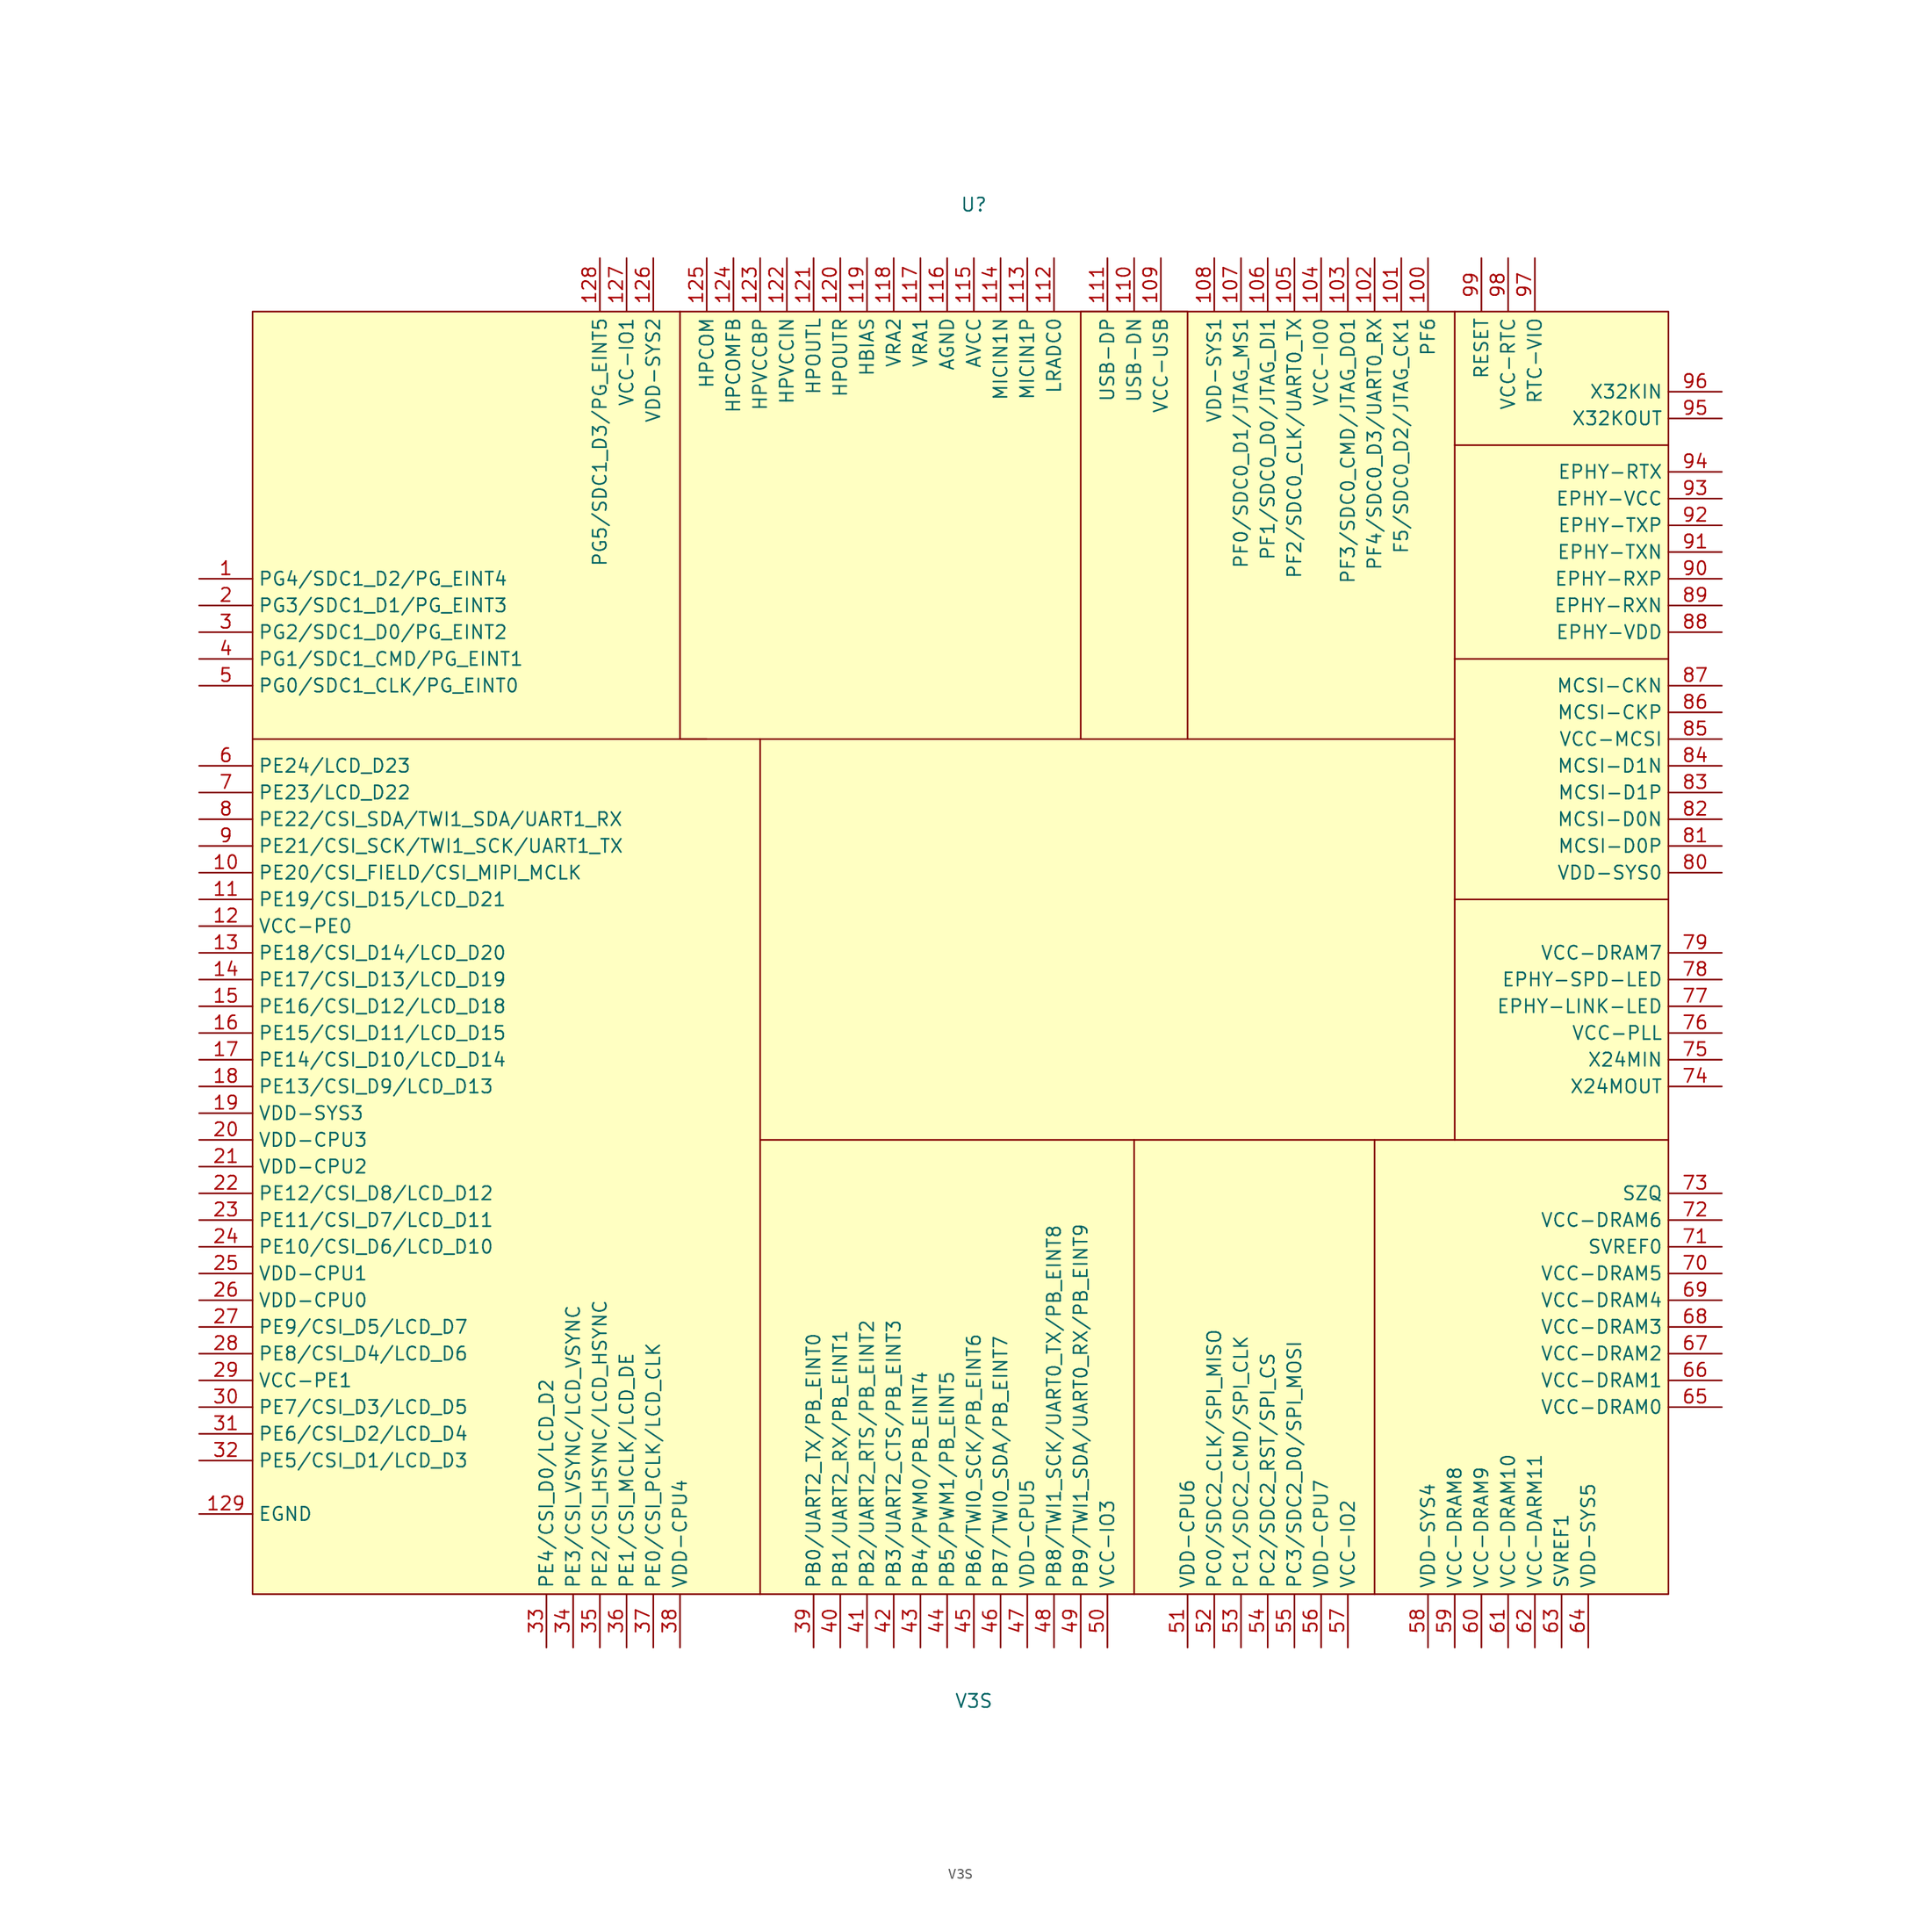
<source format=kicad_sym>
(kicad_symbol_lib
  (version 20231120)
  (generator "kicad_symbol_editor")
  (generator_version "8.0")
  (symbol "V3S"
    (property "Reference" "U"
      (at 0 71.12 0)
      (effects (font (size 1.27 1.27))))
    (property "Value" "V3S"
      (at 0 -71.12 0)
      (effects (font (size 1.27 1.27))))
    (symbol "V3S_0_1"
      (rectangle (start -68.58 60.96) (end 66.04 -60.96) (stroke (width 0) (type default)) (fill (type background)))
      (polyline (pts (xy 20.32 20.32) (xy 45.72 20.32)) (stroke (width 0) (type default)) (fill (type none)))
      (polyline (pts (xy -27.94 60.96) (xy -27.94 20.32) (xy -25.4 20.32)) (stroke (width 0) (type default)) (fill (type none)))
      (polyline (pts (xy -20.32 -17.78) (xy -20.32 20.32) (xy -68.58 20.32)) (stroke (width 0) (type default)) (fill (type none)))
      (polyline (pts (xy 15.24 -17.78) (xy -20.32 -17.78) (xy -20.32 -60.96)) (stroke (width 0) (type default)) (fill (type none)))
      (polyline (pts (xy 38.1 -17.78) (xy 15.24 -17.78) (xy 15.24 -60.96)) (stroke (width 0) (type default)) (fill (type none)))
      (polyline (pts (xy 45.72 -17.78) (xy 38.1 -17.78) (xy 38.1 -60.96)) (stroke (width 0) (type default)) (fill (type none)))
      (polyline (pts (xy 45.72 5.08) (xy 45.72 -17.78) (xy 66.04 -17.78)) (stroke (width 0) (type default)) (fill (type none)))
      (polyline (pts (xy 45.72 27.94) (xy 45.72 5.08) (xy 66.04 5.08)) (stroke (width 0) (type default)) (fill (type none)))
      (polyline (pts (xy 45.72 48.26) (xy 45.72 27.94) (xy 66.04 27.94)) (stroke (width 0) (type default)) (fill (type none)))
      (polyline (pts (xy 45.72 60.96) (xy 45.72 48.26) (xy 66.04 48.26)) (stroke (width 0) (type default)) (fill (type none)))
      (polyline (pts (xy -20.32 20.32) (xy 10.16 20.32) (xy 10.16 60.96) (xy 20.32 60.96) (xy 20.32 20.32) (xy 10.16 20.32)) (stroke (width 0) (type default)) (fill (type none)))
      (pin unspecified line (at -73.66 35.56 0) (length 5.08) (name "PG4/SDC1_D2/PG_EINT4" (effects (font (size 1.27 1.27)))) (number "1" (effects (font (size 1.27 1.27)))))
      (pin unspecified line (at -73.66 7.62 0) (length 5.08) (name "PE20/CSI_FIELD/CSI_MIPI_MCLK" (effects (font (size 1.27 1.27)))) (number "10" (effects (font (size 1.27 1.27)))))
      (pin unspecified line (at 43.18 66.04 270) (length 5.08) (name "PF6" (effects (font (size 1.27 1.27)))) (number "100" (effects (font (size 1.27 1.27)))))
      (pin unspecified line (at 40.64 66.04 270) (length 5.08) (name "F5/SDC0_D2/JTAG_CK1" (effects (font (size 1.27 1.27)))) (number "101" (effects (font (size 1.27 1.27)))))
      (pin unspecified line (at 38.1 66.04 270) (length 5.08) (name "PF4/SDC0_D3/UART0_RX" (effects (font (size 1.27 1.27)))) (number "102" (effects (font (size 1.27 1.27)))))
      (pin unspecified line (at 35.56 66.04 270) (length 5.08) (name "PF3/SDC0_CMD/JTAG_DO1" (effects (font (size 1.27 1.27)))) (number "103" (effects (font (size 1.27 1.27)))))
      (pin unspecified line (at 33.02 66.04 270) (length 5.08) (name "VCC-IO0" (effects (font (size 1.27 1.27)))) (number "104" (effects (font (size 1.27 1.27)))))
      (pin unspecified line (at 30.48 66.04 270) (length 5.08) (name "PF2/SDC0_CLK/UART0_TX" (effects (font (size 1.27 1.27)))) (number "105" (effects (font (size 1.27 1.27)))))
      (pin unspecified line (at 27.94 66.04 270) (length 5.08) (name "PF1/SDC0_D0/JTAG_DI1" (effects (font (size 1.27 1.27)))) (number "106" (effects (font (size 1.27 1.27)))))
      (pin unspecified line (at 25.4 66.04 270) (length 5.08) (name "PF0/SDC0_D1/JTAG_MS1" (effects (font (size 1.27 1.27)))) (number "107" (effects (font (size 1.27 1.27)))))
      (pin unspecified line (at 22.86 66.04 270) (length 5.08) (name "VDD-SYS1" (effects (font (size 1.27 1.27)))) (number "108" (effects (font (size 1.27 1.27)))))
      (pin unspecified line (at 17.78 66.04 270) (length 5.08) (name "VCC-USB" (effects (font (size 1.27 1.27)))) (number "109" (effects (font (size 1.27 1.27)))))
      (pin unspecified line (at -73.66 5.08 0) (length 5.08) (name "PE19/CSI_D15/LCD_D21" (effects (font (size 1.27 1.27)))) (number "11" (effects (font (size 1.27 1.27)))))
      (pin unspecified line (at 15.24 66.04 270) (length 5.08) (name "USB-DN" (effects (font (size 1.27 1.27)))) (number "110" (effects (font (size 1.27 1.27)))))
      (pin unspecified line (at 12.7 66.04 270) (length 5.08) (name "USB-DP" (effects (font (size 1.27 1.27)))) (number "111" (effects (font (size 1.27 1.27)))))
      (pin unspecified line (at 7.62 66.04 270) (length 5.08) (name "LRADC0" (effects (font (size 1.27 1.27)))) (number "112" (effects (font (size 1.27 1.27)))))
      (pin unspecified line (at 5.08 66.04 270) (length 5.08) (name "MICIN1P" (effects (font (size 1.27 1.27)))) (number "113" (effects (font (size 1.27 1.27)))))
      (pin unspecified line (at 2.54 66.04 270) (length 5.08) (name "MICIN1N" (effects (font (size 1.27 1.27)))) (number "114" (effects (font (size 1.27 1.27)))))
      (pin unspecified line (at 0 66.04 270) (length 5.08) (name "AVCC" (effects (font (size 1.27 1.27)))) (number "115" (effects (font (size 1.27 1.27)))))
      (pin unspecified line (at -2.54 66.04 270) (length 5.08) (name "AGND" (effects (font (size 1.27 1.27)))) (number "116" (effects (font (size 1.27 1.27)))))
      (pin unspecified line (at -5.08 66.04 270) (length 5.08) (name "VRA1" (effects (font (size 1.27 1.27)))) (number "117" (effects (font (size 1.27 1.27)))))
      (pin unspecified line (at -7.62 66.04 270) (length 5.08) (name "VRA2" (effects (font (size 1.27 1.27)))) (number "118" (effects (font (size 1.27 1.27)))))
      (pin unspecified line (at -10.16 66.04 270) (length 5.08) (name "HBIAS" (effects (font (size 1.27 1.27)))) (number "119" (effects (font (size 1.27 1.27)))))
      (pin unspecified line (at -73.66 2.54 0) (length 5.08) (name "VCC-PE0" (effects (font (size 1.27 1.27)))) (number "12" (effects (font (size 1.27 1.27)))))
      (pin unspecified line (at -12.7 66.04 270) (length 5.08) (name "HPOUTR" (effects (font (size 1.27 1.27)))) (number "120" (effects (font (size 1.27 1.27)))))
      (pin unspecified line (at -15.24 66.04 270) (length 5.08) (name "HPOUTL" (effects (font (size 1.27 1.27)))) (number "121" (effects (font (size 1.27 1.27)))))
      (pin unspecified line (at -17.78 66.04 270) (length 5.08) (name "HPVCCIN" (effects (font (size 1.27 1.27)))) (number "122" (effects (font (size 1.27 1.27)))))
      (pin unspecified line (at -20.32 66.04 270) (length 5.08) (name "HPVCCBP" (effects (font (size 1.27 1.27)))) (number "123" (effects (font (size 1.27 1.27)))))
      (pin unspecified line (at -22.86 66.04 270) (length 5.08) (name "HPCOMFB" (effects (font (size 1.27 1.27)))) (number "124" (effects (font (size 1.27 1.27)))))
      (pin unspecified line (at -25.4 66.04 270) (length 5.08) (name "HPCOM" (effects (font (size 1.27 1.27)))) (number "125" (effects (font (size 1.27 1.27)))))
      (pin unspecified line (at -30.48 66.04 270) (length 5.08) (name "VDD-SYS2" (effects (font (size 1.27 1.27)))) (number "126" (effects (font (size 1.27 1.27)))))
      (pin unspecified line (at -33.02 66.04 270) (length 5.08) (name "VCC-IO1" (effects (font (size 1.27 1.27)))) (number "127" (effects (font (size 1.27 1.27)))))
      (pin unspecified line (at -35.56 66.04 270) (length 5.08) (name "PG5/SDC1_D3/PG_EINT5" (effects (font (size 1.27 1.27)))) (number "128" (effects (font (size 1.27 1.27)))))
      (pin unspecified line (at -73.66 -53.34 0) (length 5.08) (name "EGND" (effects (font (size 1.27 1.27)))) (number "129" (effects (font (size 1.27 1.27)))))
      (pin unspecified line (at -73.66 0 0) (length 5.08) (name "PE18/CSI_D14/LCD_D20" (effects (font (size 1.27 1.27)))) (number "13" (effects (font (size 1.27 1.27)))))
      (pin unspecified line (at -73.66 -2.54 0) (length 5.08) (name "PE17/CSI_D13/LCD_D19" (effects (font (size 1.27 1.27)))) (number "14" (effects (font (size 1.27 1.27)))))
      (pin unspecified line (at -73.66 -5.08 0) (length 5.08) (name "PE16/CSI_D12/LCD_D18" (effects (font (size 1.27 1.27)))) (number "15" (effects (font (size 1.27 1.27)))))
      (pin unspecified line (at -73.66 -7.62 0) (length 5.08) (name "PE15/CSI_D11/LCD_D15" (effects (font (size 1.27 1.27)))) (number "16" (effects (font (size 1.27 1.27)))))
      (pin unspecified line (at -73.66 -10.16 0) (length 5.08) (name "PE14/CSI_D10/LCD_D14" (effects (font (size 1.27 1.27)))) (number "17" (effects (font (size 1.27 1.27)))))
      (pin unspecified line (at -73.66 -12.7 0) (length 5.08) (name "PE13/CSI_D9/LCD_D13" (effects (font (size 1.27 1.27)))) (number "18" (effects (font (size 1.27 1.27)))))
      (pin unspecified line (at -73.66 -15.24 0) (length 5.08) (name "VDD-SYS3" (effects (font (size 1.27 1.27)))) (number "19" (effects (font (size 1.27 1.27)))))
      (pin unspecified line (at -73.66 33.02 0) (length 5.08) (name "PG3/SDC1_D1/PG_EINT3" (effects (font (size 1.27 1.27)))) (number "2" (effects (font (size 1.27 1.27)))))
      (pin unspecified line (at -73.66 -17.78 0) (length 5.08) (name "VDD-CPU3" (effects (font (size 1.27 1.27)))) (number "20" (effects (font (size 1.27 1.27)))))
      (pin unspecified line (at -73.66 -20.32 0) (length 5.08) (name "VDD-CPU2" (effects (font (size 1.27 1.27)))) (number "21" (effects (font (size 1.27 1.27)))))
      (pin unspecified line (at -73.66 -22.86 0) (length 5.08) (name "PE12/CSI_D8/LCD_D12" (effects (font (size 1.27 1.27)))) (number "22" (effects (font (size 1.27 1.27)))))
      (pin unspecified line (at -73.66 -25.4 0) (length 5.08) (name "PE11/CSI_D7/LCD_D11" (effects (font (size 1.27 1.27)))) (number "23" (effects (font (size 1.27 1.27)))))
      (pin unspecified line (at -73.66 -27.94 0) (length 5.08) (name "PE10/CSI_D6/LCD_D10" (effects (font (size 1.27 1.27)))) (number "24" (effects (font (size 1.27 1.27)))))
      (pin unspecified line (at -73.66 -30.48 0) (length 5.08) (name "VDD-CPU1" (effects (font (size 1.27 1.27)))) (number "25" (effects (font (size 1.27 1.27)))))
      (pin unspecified line (at -73.66 -33.02 0) (length 5.08) (name "VDD-CPU0" (effects (font (size 1.27 1.27)))) (number "26" (effects (font (size 1.27 1.27)))))
      (pin unspecified line (at -73.66 -35.56 0) (length 5.08) (name "PE9/CSI_D5/LCD_D7" (effects (font (size 1.27 1.27)))) (number "27" (effects (font (size 1.27 1.27)))))
      (pin unspecified line (at -73.66 -38.1 0) (length 5.08) (name "PE8/CSI_D4/LCD_D6" (effects (font (size 1.27 1.27)))) (number "28" (effects (font (size 1.27 1.27)))))
      (pin unspecified line (at -73.66 -40.64 0) (length 5.08) (name "VCC-PE1" (effects (font (size 1.27 1.27)))) (number "29" (effects (font (size 1.27 1.27)))))
      (pin unspecified line (at -73.66 30.48 0) (length 5.08) (name "PG2/SDC1_D0/PG_EINT2" (effects (font (size 1.27 1.27)))) (number "3" (effects (font (size 1.27 1.27)))))
      (pin unspecified line (at -73.66 -43.18 0) (length 5.08) (name "PE7/CSI_D3/LCD_D5" (effects (font (size 1.27 1.27)))) (number "30" (effects (font (size 1.27 1.27)))))
      (pin unspecified line (at -73.66 -45.72 0) (length 5.08) (name "PE6/CSI_D2/LCD_D4" (effects (font (size 1.27 1.27)))) (number "31" (effects (font (size 1.27 1.27)))))
      (pin unspecified line (at -73.66 -48.26 0) (length 5.08) (name "PE5/CSI_D1/LCD_D3" (effects (font (size 1.27 1.27)))) (number "32" (effects (font (size 1.27 1.27)))))
      (pin unspecified line (at -40.64 -66.04 90) (length 5.08) (name "PE4/CSI_D0/LCD_D2" (effects (font (size 1.27 1.27)))) (number "33" (effects (font (size 1.27 1.27)))))
      (pin unspecified line (at -38.1 -66.04 90) (length 5.08) (name "PE3/CSI_VSYNC/LCD_VSYNC" (effects (font (size 1.27 1.27)))) (number "34" (effects (font (size 1.27 1.27)))))
      (pin unspecified line (at -35.56 -66.04 90) (length 5.08) (name "PE2/CSI_HSYNC/LCD_HSYNC" (effects (font (size 1.27 1.27)))) (number "35" (effects (font (size 1.27 1.27)))))
      (pin unspecified line (at -33.02 -66.04 90) (length 5.08) (name "PE1/CSI_MCLK/LCD_DE" (effects (font (size 1.27 1.27)))) (number "36" (effects (font (size 1.27 1.27)))))
      (pin unspecified line (at -30.48 -66.04 90) (length 5.08) (name "PE0/CSI_PCLK/LCD_CLK" (effects (font (size 1.27 1.27)))) (number "37" (effects (font (size 1.27 1.27)))))
      (pin unspecified line (at -27.94 -66.04 90) (length 5.08) (name "VDD-CPU4" (effects (font (size 1.27 1.27)))) (number "38" (effects (font (size 1.27 1.27)))))
      (pin unspecified line (at -15.24 -66.04 90) (length 5.08) (name "PB0/UART2_TX/PB_EINT0" (effects (font (size 1.27 1.27)))) (number "39" (effects (font (size 1.27 1.27)))))
      (pin unspecified line (at -73.66 27.94 0) (length 5.08) (name "PG1/SDC1_CMD/PG_EINT1" (effects (font (size 1.27 1.27)))) (number "4" (effects (font (size 1.27 1.27)))))
      (pin unspecified line (at -12.7 -66.04 90) (length 5.08) (name "PB1/UART2_RX/PB_EINT1" (effects (font (size 1.27 1.27)))) (number "40" (effects (font (size 1.27 1.27)))))
      (pin unspecified line (at -10.16 -66.04 90) (length 5.08) (name "PB2/UART2_RTS/PB_EINT2" (effects (font (size 1.27 1.27)))) (number "41" (effects (font (size 1.27 1.27)))))
      (pin unspecified line (at -7.62 -66.04 90) (length 5.08) (name "PB3/UART2_CTS/PB_EINT3" (effects (font (size 1.27 1.27)))) (number "42" (effects (font (size 1.27 1.27)))))
      (pin unspecified line (at -5.08 -66.04 90) (length 5.08) (name "PB4/PWM0/PB_EINT4" (effects (font (size 1.27 1.27)))) (number "43" (effects (font (size 1.27 1.27)))))
      (pin unspecified line (at -2.54 -66.04 90) (length 5.08) (name "PB5/PWM1/PB_EINT5" (effects (font (size 1.27 1.27)))) (number "44" (effects (font (size 1.27 1.27)))))
      (pin unspecified line (at 0 -66.04 90) (length 5.08) (name "PB6/TWI0_SCK/PB_EINT6" (effects (font (size 1.27 1.27)))) (number "45" (effects (font (size 1.27 1.27)))))
      (pin unspecified line (at 2.54 -66.04 90) (length 5.08) (name "PB7/TWI0_SDA/PB_EINT7" (effects (font (size 1.27 1.27)))) (number "46" (effects (font (size 1.27 1.27)))))
      (pin unspecified line (at 5.08 -66.04 90) (length 5.08) (name "VDD-CPU5" (effects (font (size 1.27 1.27)))) (number "47" (effects (font (size 1.27 1.27)))))
      (pin unspecified line (at 7.62 -66.04 90) (length 5.08) (name "PB8/TWI1_SCK/UART0_TX/PB_EINT8" (effects (font (size 1.27 1.27)))) (number "48" (effects (font (size 1.27 1.27)))))
      (pin unspecified line (at 10.16 -66.04 90) (length 5.08) (name "PB9/TWI1_SDA/UART0_RX/PB_EINT9" (effects (font (size 1.27 1.27)))) (number "49" (effects (font (size 1.27 1.27)))))
      (pin unspecified line (at -73.66 25.4 0) (length 5.08) (name "PG0/SDC1_CLK/PG_EINT0" (effects (font (size 1.27 1.27)))) (number "5" (effects (font (size 1.27 1.27)))))
      (pin unspecified line (at 12.7 -66.04 90) (length 5.08) (name "VCC-IO3" (effects (font (size 1.27 1.27)))) (number "50" (effects (font (size 1.27 1.27)))))
      (pin unspecified line (at 20.32 -66.04 90) (length 5.08) (name "VDD-CPU6" (effects (font (size 1.27 1.27)))) (number "51" (effects (font (size 1.27 1.27)))))
      (pin unspecified line (at 22.86 -66.04 90) (length 5.08) (name "PC0/SDC2_CLK/SPI_MISO" (effects (font (size 1.27 1.27)))) (number "52" (effects (font (size 1.27 1.27)))))
      (pin unspecified line (at 25.4 -66.04 90) (length 5.08) (name "PC1/SDC2_CMD/SPI_CLK" (effects (font (size 1.27 1.27)))) (number "53" (effects (font (size 1.27 1.27)))))
      (pin unspecified line (at 27.94 -66.04 90) (length 5.08) (name "PC2/SDC2_RST/SPI_CS" (effects (font (size 1.27 1.27)))) (number "54" (effects (font (size 1.27 1.27)))))
      (pin unspecified line (at 30.48 -66.04 90) (length 5.08) (name "PC3/SDC2_D0/SPI_MOSI" (effects (font (size 1.27 1.27)))) (number "55" (effects (font (size 1.27 1.27)))))
      (pin unspecified line (at 33.02 -66.04 90) (length 5.08) (name "VDD-CPU7" (effects (font (size 1.27 1.27)))) (number "56" (effects (font (size 1.27 1.27)))))
      (pin unspecified line (at 35.56 -66.04 90) (length 5.08) (name "VCC-IO2" (effects (font (size 1.27 1.27)))) (number "57" (effects (font (size 1.27 1.27)))))
      (pin unspecified line (at 43.18 -66.04 90) (length 5.08) (name "VDD-SYS4" (effects (font (size 1.27 1.27)))) (number "58" (effects (font (size 1.27 1.27)))))
      (pin unspecified line (at 45.72 -66.04 90) (length 5.08) (name "VCC-DRAM8" (effects (font (size 1.27 1.27)))) (number "59" (effects (font (size 1.27 1.27)))))
      (pin unspecified line (at -73.66 17.78 0) (length 5.08) (name "PE24/LCD_D23" (effects (font (size 1.27 1.27)))) (number "6" (effects (font (size 1.27 1.27)))))
      (pin unspecified line (at 48.26 -66.04 90) (length 5.08) (name "VCC-DRAM9" (effects (font (size 1.27 1.27)))) (number "60" (effects (font (size 1.27 1.27)))))
      (pin unspecified line (at 50.8 -66.04 90) (length 5.08) (name "VCC-DRAM10" (effects (font (size 1.27 1.27)))) (number "61" (effects (font (size 1.27 1.27)))))
      (pin unspecified line (at 53.34 -66.04 90) (length 5.08) (name "VCC-DARM11" (effects (font (size 1.27 1.27)))) (number "62" (effects (font (size 1.27 1.27)))))
      (pin unspecified line (at 55.88 -66.04 90) (length 5.08) (name "SVREF1" (effects (font (size 1.27 1.27)))) (number "63" (effects (font (size 1.27 1.27)))))
      (pin unspecified line (at 58.42 -66.04 90) (length 5.08) (name "VDD-SYS5" (effects (font (size 1.27 1.27)))) (number "64" (effects (font (size 1.27 1.27)))))
      (pin unspecified line (at 71.12 -43.18 180) (length 5.08) (name "VCC-DRAM0" (effects (font (size 1.27 1.27)))) (number "65" (effects (font (size 1.27 1.27)))))
      (pin unspecified line (at 71.12 -40.64 180) (length 5.08) (name "VCC-DRAM1" (effects (font (size 1.27 1.27)))) (number "66" (effects (font (size 1.27 1.27)))))
      (pin unspecified line (at 71.12 -38.1 180) (length 5.08) (name "VCC-DRAM2" (effects (font (size 1.27 1.27)))) (number "67" (effects (font (size 1.27 1.27)))))
      (pin unspecified line (at 71.12 -35.56 180) (length 5.08) (name "VCC-DRAM3" (effects (font (size 1.27 1.27)))) (number "68" (effects (font (size 1.27 1.27)))))
      (pin unspecified line (at 71.12 -33.02 180) (length 5.08) (name "VCC-DRAM4" (effects (font (size 1.27 1.27)))) (number "69" (effects (font (size 1.27 1.27)))))
      (pin unspecified line (at -73.66 15.24 0) (length 5.08) (name "PE23/LCD_D22" (effects (font (size 1.27 1.27)))) (number "7" (effects (font (size 1.27 1.27)))))
      (pin unspecified line (at 71.12 -30.48 180) (length 5.08) (name "VCC-DRAM5" (effects (font (size 1.27 1.27)))) (number "70" (effects (font (size 1.27 1.27)))))
      (pin unspecified line (at 71.12 -27.94 180) (length 5.08) (name "SVREF0" (effects (font (size 1.27 1.27)))) (number "71" (effects (font (size 1.27 1.27)))))
      (pin unspecified line (at 71.12 -25.4 180) (length 5.08) (name "VCC-DRAM6" (effects (font (size 1.27 1.27)))) (number "72" (effects (font (size 1.27 1.27)))))
      (pin unspecified line (at 71.12 -22.86 180) (length 5.08) (name "SZQ" (effects (font (size 1.27 1.27)))) (number "73" (effects (font (size 1.27 1.27)))))
      (pin unspecified line (at 71.12 -12.7 180) (length 5.08) (name "X24MOUT" (effects (font (size 1.27 1.27)))) (number "74" (effects (font (size 1.27 1.27)))))
      (pin unspecified line (at 71.12 -10.16 180) (length 5.08) (name "X24MIN" (effects (font (size 1.27 1.27)))) (number "75" (effects (font (size 1.27 1.27)))))
      (pin unspecified line (at 71.12 -7.62 180) (length 5.08) (name "VCC-PLL" (effects (font (size 1.27 1.27)))) (number "76" (effects (font (size 1.27 1.27)))))
      (pin unspecified line (at 71.12 -5.08 180) (length 5.08) (name "EPHY-LINK-LED" (effects (font (size 1.27 1.27)))) (number "77" (effects (font (size 1.27 1.27)))))
      (pin unspecified line (at 71.12 -2.54 180) (length 5.08) (name "EPHY-SPD-LED" (effects (font (size 1.27 1.27)))) (number "78" (effects (font (size 1.27 1.27)))))
      (pin unspecified line (at 71.12 0 180) (length 5.08) (name "VCC-DRAM7" (effects (font (size 1.27 1.27)))) (number "79" (effects (font (size 1.27 1.27)))))
      (pin unspecified line (at -73.66 12.7 0) (length 5.08) (name "PE22/CSI_SDA/TWI1_SDA/UART1_RX" (effects (font (size 1.27 1.27)))) (number "8" (effects (font (size 1.27 1.27)))))
      (pin unspecified line (at 71.12 7.62 180) (length 5.08) (name "VDD-SYS0" (effects (font (size 1.27 1.27)))) (number "80" (effects (font (size 1.27 1.27)))))
      (pin unspecified line (at 71.12 10.16 180) (length 5.08) (name "MCSI-D0P" (effects (font (size 1.27 1.27)))) (number "81" (effects (font (size 1.27 1.27)))))
      (pin unspecified line (at 71.12 12.7 180) (length 5.08) (name "MCSI-D0N" (effects (font (size 1.27 1.27)))) (number "82" (effects (font (size 1.27 1.27)))))
      (pin unspecified line (at 71.12 15.24 180) (length 5.08) (name "MCSI-D1P" (effects (font (size 1.27 1.27)))) (number "83" (effects (font (size 1.27 1.27)))))
      (pin unspecified line (at 71.12 17.78 180) (length 5.08) (name "MCSI-D1N" (effects (font (size 1.27 1.27)))) (number "84" (effects (font (size 1.27 1.27)))))
      (pin unspecified line (at 71.12 20.32 180) (length 5.08) (name "VCC-MCSI" (effects (font (size 1.27 1.27)))) (number "85" (effects (font (size 1.27 1.27)))))
      (pin unspecified line (at 71.12 22.86 180) (length 5.08) (name "MCSI-CKP" (effects (font (size 1.27 1.27)))) (number "86" (effects (font (size 1.27 1.27)))))
      (pin unspecified line (at 71.12 25.4 180) (length 5.08) (name "MCSI-CKN" (effects (font (size 1.27 1.27)))) (number "87" (effects (font (size 1.27 1.27)))))
      (pin unspecified line (at 71.12 30.48 180) (length 5.08) (name "EPHY-VDD" (effects (font (size 1.27 1.27)))) (number "88" (effects (font (size 1.27 1.27)))))
      (pin unspecified line (at 71.12 33.02 180) (length 5.08) (name "EPHY-RXN" (effects (font (size 1.27 1.27)))) (number "89" (effects (font (size 1.27 1.27)))))
      (pin unspecified line (at -73.66 10.16 0) (length 5.08) (name "PE21/CSI_SCK/TWI1_SCK/UART1_TX" (effects (font (size 1.27 1.27)))) (number "9" (effects (font (size 1.27 1.27)))))
      (pin unspecified line (at 71.12 35.56 180) (length 5.08) (name "EPHY-RXP" (effects (font (size 1.27 1.27)))) (number "90" (effects (font (size 1.27 1.27)))))
      (pin unspecified line (at 71.12 38.1 180) (length 5.08) (name "EPHY-TXN" (effects (font (size 1.27 1.27)))) (number "91" (effects (font (size 1.27 1.27)))))
      (pin unspecified line (at 71.12 40.64 180) (length 5.08) (name "EPHY-TXP" (effects (font (size 1.27 1.27)))) (number "92" (effects (font (size 1.27 1.27)))))
      (pin unspecified line (at 71.12 43.18 180) (length 5.08) (name "EPHY-VCC" (effects (font (size 1.27 1.27)))) (number "93" (effects (font (size 1.27 1.27)))))
      (pin unspecified line (at 71.12 45.72 180) (length 5.08) (name "EPHY-RTX" (effects (font (size 1.27 1.27)))) (number "94" (effects (font (size 1.27 1.27)))))
      (pin unspecified line (at 71.12 50.8 180) (length 5.08) (name "X32KOUT" (effects (font (size 1.27 1.27)))) (number "95" (effects (font (size 1.27 1.27)))))
      (pin unspecified line (at 71.12 53.34 180) (length 5.08) (name "X32KIN" (effects (font (size 1.27 1.27)))) (number "96" (effects (font (size 1.27 1.27)))))
      (pin unspecified line (at 53.34 66.04 270) (length 5.08) (name "RTC-VIO" (effects (font (size 1.27 1.27)))) (number "97" (effects (font (size 1.27 1.27)))))
      (pin unspecified line (at 50.8 66.04 270) (length 5.08) (name "VCC-RTC" (effects (font (size 1.27 1.27)))) (number "98" (effects (font (size 1.27 1.27)))))
      (pin unspecified line (at 48.26 66.04 270) (length 5.08) (name "RESET" (effects (font (size 1.27 1.27)))) (number "99" (effects (font (size 1.27 1.27))))))))
</source>
